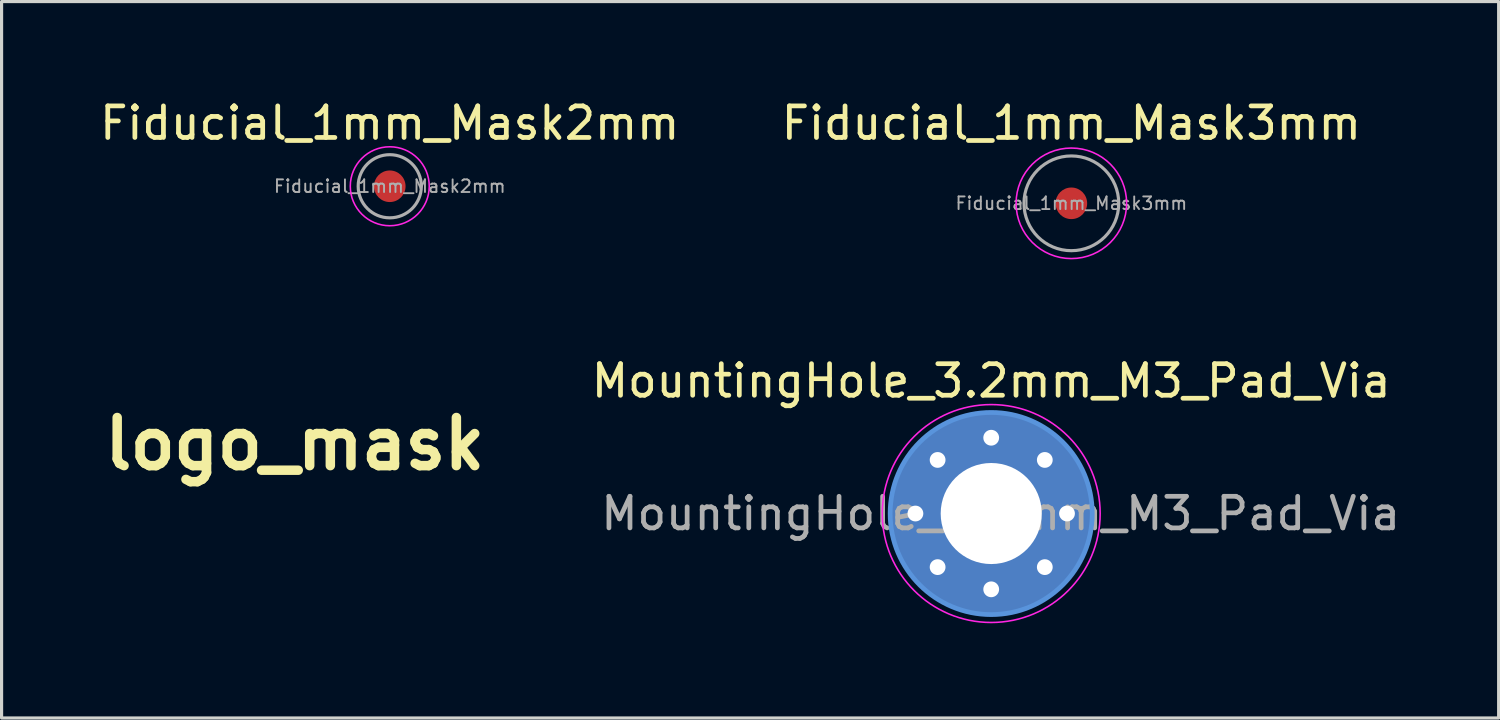
<source format=kicad_pcb>
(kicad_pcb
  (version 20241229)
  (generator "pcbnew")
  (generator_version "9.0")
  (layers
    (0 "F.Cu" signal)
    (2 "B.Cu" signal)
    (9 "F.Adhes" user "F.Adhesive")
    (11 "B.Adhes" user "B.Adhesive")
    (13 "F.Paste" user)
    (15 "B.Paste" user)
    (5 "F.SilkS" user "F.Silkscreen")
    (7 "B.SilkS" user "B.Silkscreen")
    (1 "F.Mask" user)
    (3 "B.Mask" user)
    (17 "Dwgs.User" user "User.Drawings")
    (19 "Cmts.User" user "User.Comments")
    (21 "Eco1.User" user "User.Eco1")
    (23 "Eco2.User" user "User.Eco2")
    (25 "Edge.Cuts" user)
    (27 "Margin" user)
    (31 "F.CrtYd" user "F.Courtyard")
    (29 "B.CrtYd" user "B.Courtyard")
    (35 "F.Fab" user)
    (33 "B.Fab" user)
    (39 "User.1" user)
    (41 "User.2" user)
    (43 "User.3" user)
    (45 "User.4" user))
  (footprint "Fiducial_1mm_Mask3mm"
    (layer "F.Cu")
    (at 30.875 3.388)
    (property "Reference" "Fiducial_1mm_Mask3mm" (at 0 -2.54 0) (layer "F.SilkS") (effects (font (size 1 1) (thickness 0.15))))
    (attr smd)
    (fp_circle (center 0 0) (end 1.75 0) (stroke (width 0.05) (type solid)) (fill no) (layer "F.CrtYd"))
    (fp_circle (center 0 0) (end 1.5 0) (stroke (width 0.1) (type solid)) (fill no) (layer "F.Fab"))
    (fp_text user "${REFERENCE}" (at 0 0 0) (layer "F.Fab") (effects (font (size 0.4 0.4) (thickness 0.06))))
    (pad "" smd circle (at 0 0) (size 1 1) (layers "F.Cu" "F.Mask")))
  (footprint "logo_mask"
    (layer "F.Cu")
    (at 6.285 11.005)
    (property "Reference" "logo_mask" (at 0 0 0) (layer "F.SilkS") (effects (font (size 1.524 1.524) (thickness 0.3))))
    (attr through_hole)
    (fp_poly (pts (xy 0.172 -0.342) (xy 0.176 -0.162) (xy 0.356 -0.158) (xy 0.536 -0.154) (xy 0.536 0.168) (xy 0.356 0.172) (xy 0.176 0.176) (xy 0.172 0.356) (xy 0.168 0.536) (xy -0.154 0.536) (xy -0.158 0.356) (xy -0.162 0.176) (xy -0.342 0.172) (xy -0.522 0.168) (xy -0.522 -0.154) (xy -0.342 -0.158) (xy -0.162 -0.162) (xy -0.158 -0.342) (xy -0.154 -0.522) (xy 0.168 -0.522) (xy 0.172 -0.342)) (stroke (width 0.01) (type solid)) (fill yes) (layer "F.Mask"))
    (fp_poly (pts (xy 0.169 -2.544) (xy 0.264 -2.534) (xy 0.523 -2.494) (xy 0.778 -2.425) (xy 1.03 -2.328) (xy 1.15 -2.272) (xy 1.293 -2.196) (xy 1.42 -2.119) (xy 1.538 -2.034) (xy 1.655 -1.937) (xy 1.777 -1.821) (xy 1.807 -1.792) (xy 1.926 -1.667) (xy 2.027 -1.55) (xy 2.115 -1.433) (xy 2.193 -1.308) (xy 2.269 -1.17) (xy 2.286 -1.136) (xy 2.396 -0.886) (xy 2.478 -0.632) (xy 2.532 -0.375) (xy 2.548 -0.25) (xy 2.558 -0.155) (xy 2.85 -0.155) (xy 2.85 0.169) (xy 2.557 0.169) (xy 2.548 0.265) (xy 2.508 0.521) (xy 2.441 0.771) (xy 2.348 1.017) (xy 2.286 1.15) (xy 2.21 1.293) (xy 2.133 1.42) (xy 2.048 1.538) (xy 1.951 1.655) (xy 1.836 1.777) (xy 1.807 1.807) (xy 1.682 1.926) (xy 1.564 2.027) (xy 1.447 2.115) (xy 1.322 2.193) (xy 1.184 2.269) (xy 1.15 2.286) (xy 0.9 2.396) (xy 0.646 2.478) (xy 0.389 2.532) (xy 0.264 2.548) (xy 0.169 2.558) (xy 0.169 2.85) (xy -0.155 2.85) (xy -0.155 2.558) (xy -0.25 2.548) (xy -0.509 2.508) (xy -0.764 2.439) (xy -1.016 2.343) (xy -1.136 2.286) (xy -1.279 2.21) (xy -1.405 2.133) (xy -1.524 2.048) (xy -1.641 1.951) (xy -1.763 1.836) (xy -1.792 1.807) (xy -1.912 1.682) (xy -2.013 1.564) (xy -2.1 1.447) (xy -2.179 1.322) (xy -2.255 1.184) (xy -2.272 1.15) (xy -2.382 0.9) (xy -2.464 0.646) (xy -2.518 0.389) (xy -2.534 0.264) (xy -2.544 0.169) (xy -2.836 0.169) (xy -2.836 -0.155) (xy -2.544 -0.155) (xy -2.205 -0.155) (xy -0.79 -0.155) (xy -0.79 0.169) (xy -2.205 0.169) (xy -2.196 0.265) (xy -2.16 0.484) (xy -2.098 0.705) (xy -2.011 0.921) (xy -1.902 1.131) (xy -1.772 1.33) (xy -1.66 1.471) (xy -1.507 1.629) (xy -1.332 1.773) (xy -1.141 1.902) (xy -0.937 2.011) (xy -0.726 2.099) (xy -0.513 2.163) (xy -0.443 2.178) (xy -0.37 2.192) (xy -0.318 2.202) (xy -0.28 2.208) (xy -0.249 2.211) (xy -0.218 2.213) (xy -0.208 2.214) (xy -0.155 2.215) (xy -0.155 1.722) (xy 0.169 1.722) (xy 0.169 2.219) (xy 0.265 2.21) (xy 0.483 2.174) (xy 0.702 2.112) (xy 0.917 2.027) (xy 1.124 1.92) (xy 1.318 1.794) (xy 1.497 1.651) (xy 1.655 1.492) (xy 1.674 1.471) (xy 1.819 1.283) (xy 1.944 1.082) (xy 2.048 0.87) (xy 2.129 0.652) (xy 2.185 0.431) (xy 2.21 0.265) (xy 2.219 0.169) (xy 1.722 0.169) (xy 1.722 -0.155) (xy 2.219 -0.155) (xy 2.21 -0.25) (xy 2.174 -0.47) (xy 2.112 -0.69) (xy 2.025 -0.907) (xy 1.916 -1.117) (xy 1.786 -1.316) (xy 1.674 -1.457) (xy 1.518 -1.617) (xy 1.342 -1.763) (xy 1.149 -1.891) (xy 0.944 -2.001) (xy 0.73 -2.089) (xy 0.511 -2.153) (xy 0.292 -2.192) (xy 0.265 -2.196) (xy 0.169 -2.205) (xy 0.169 -0.79) (xy -0.155 -0.79) (xy -0.155 -2.205) (xy -0.25 -2.196) (xy -0.469 -2.16) (xy -0.688 -2.098) (xy -0.903 -2.013) (xy -1.11 -1.906) (xy -1.304 -1.78) (xy -1.483 -1.637) (xy -1.641 -1.478) (xy -1.66 -1.457) (xy -1.805 -1.269) (xy -1.93 -1.068) (xy -2.034 -0.856) (xy -2.115 -0.638) (xy -2.171 -0.417) (xy -2.196 -0.25) (xy -2.205 -0.155) (xy -2.544 -0.155) (xy -2.534 -0.25) (xy -2.494 -0.509) (xy -2.425 -0.764) (xy -2.328 -1.016) (xy -2.272 -1.136) (xy -2.196 -1.279) (xy -2.119 -1.405) (xy -2.034 -1.524) (xy -1.937 -1.641) (xy -1.821 -1.763) (xy -1.792 -1.792) (xy -1.667 -1.912) (xy -1.55 -2.013) (xy -1.433 -2.1) (xy -1.308 -2.179) (xy -1.17 -2.255) (xy -1.136 -2.272) (xy -0.886 -2.382) (xy -0.632 -2.464) (xy -0.375 -2.518) (xy -0.25 -2.534) (xy -0.155 -2.544) (xy -0.155 -2.836) (xy 0.169 -2.836) (xy 0.169 -2.544)) (stroke (width 0.01) (type solid)) (fill yes) (layer "F.Mask")))
  (footprint "MountingHole_3.2mm_M3_Pad_Via"
    (layer "F.Cu")
    (at 28.337 13.211)
    (property "Reference" "MountingHole_3.2mm_M3_Pad_Via" (at 0 -4.2 0) (layer "F.SilkS") (effects (font (size 1 1) (thickness 0.15))))
    (attr exclude_from_pos_files)
    (fp_circle (center 0 0) (end 3.2 0) (stroke (width 0.15) (type solid)) (fill no) (layer "Cmts.User"))
    (fp_circle (center 0 0) (end 3.45 0) (stroke (width 0.05) (type solid)) (fill no) (layer "F.CrtYd"))
    (fp_text user "${REFERENCE}" (at 0.3 0 0) (layer "F.Fab") (effects (font (size 1 1) (thickness 0.15))))
    (pad "1" thru_hole circle (at -2.4 0) (size 0.8 0.8) (drill 0.5) (layers "*.Cu" "*.Mask"))
    (pad "1" thru_hole circle (at -1.697 -1.697) (size 0.8 0.8) (drill 0.5) (layers "*.Cu" "*.Mask"))
    (pad "1" thru_hole circle (at -1.697 1.697) (size 0.8 0.8) (drill 0.5) (layers "*.Cu" "*.Mask"))
    (pad "1" thru_hole circle (at 0 -2.4) (size 0.8 0.8) (drill 0.5) (layers "*.Cu" "*.Mask"))
    (pad "1" thru_hole circle (at 0 0) (size 6.4 6.4) (drill 3.2) (layers "*.Cu" "*.Mask"))
    (pad "1" thru_hole circle (at 0 2.4) (size 0.8 0.8) (drill 0.5) (layers "*.Cu" "*.Mask"))
    (pad "1" thru_hole circle (at 1.697 -1.697) (size 0.8 0.8) (drill 0.5) (layers "*.Cu" "*.Mask"))
    (pad "1" thru_hole circle (at 1.697 1.697) (size 0.8 0.8) (drill 0.5) (layers "*.Cu" "*.Mask"))
    (pad "1" thru_hole circle (at 2.4 0) (size 0.8 0.8) (drill 0.5) (layers "*.Cu" "*.Mask")))
  (footprint "Fiducial_1mm_Mask2mm"
    (layer "F.Cu")
    (at 9.292 2.848)
    (property "Reference" "Fiducial_1mm_Mask2mm" (at 0 -2 0) (layer "F.SilkS") (effects (font (size 1 1) (thickness 0.15))))
    (attr smd)
    (fp_circle (center 0 0) (end 1.25 0) (stroke (width 0.05) (type solid)) (fill no) (layer "F.CrtYd"))
    (fp_circle (center 0 0) (end 1 0) (stroke (width 0.1) (type solid)) (fill no) (layer "F.Fab"))
    (fp_text user "${REFERENCE}" (at 0 0 0) (layer "F.Fab") (effects (font (size 0.4 0.4) (thickness 0.06))))
    (pad "" smd circle (at 0 0) (size 1 1) (layers "F.Cu" "F.Mask")))
  (gr_rect
    (start -3 -3)
    (end 44.405 19.686)
    (stroke (width 0.1) (type default))
    (fill no)
    (layer "Edge.Cuts")))
</source>
